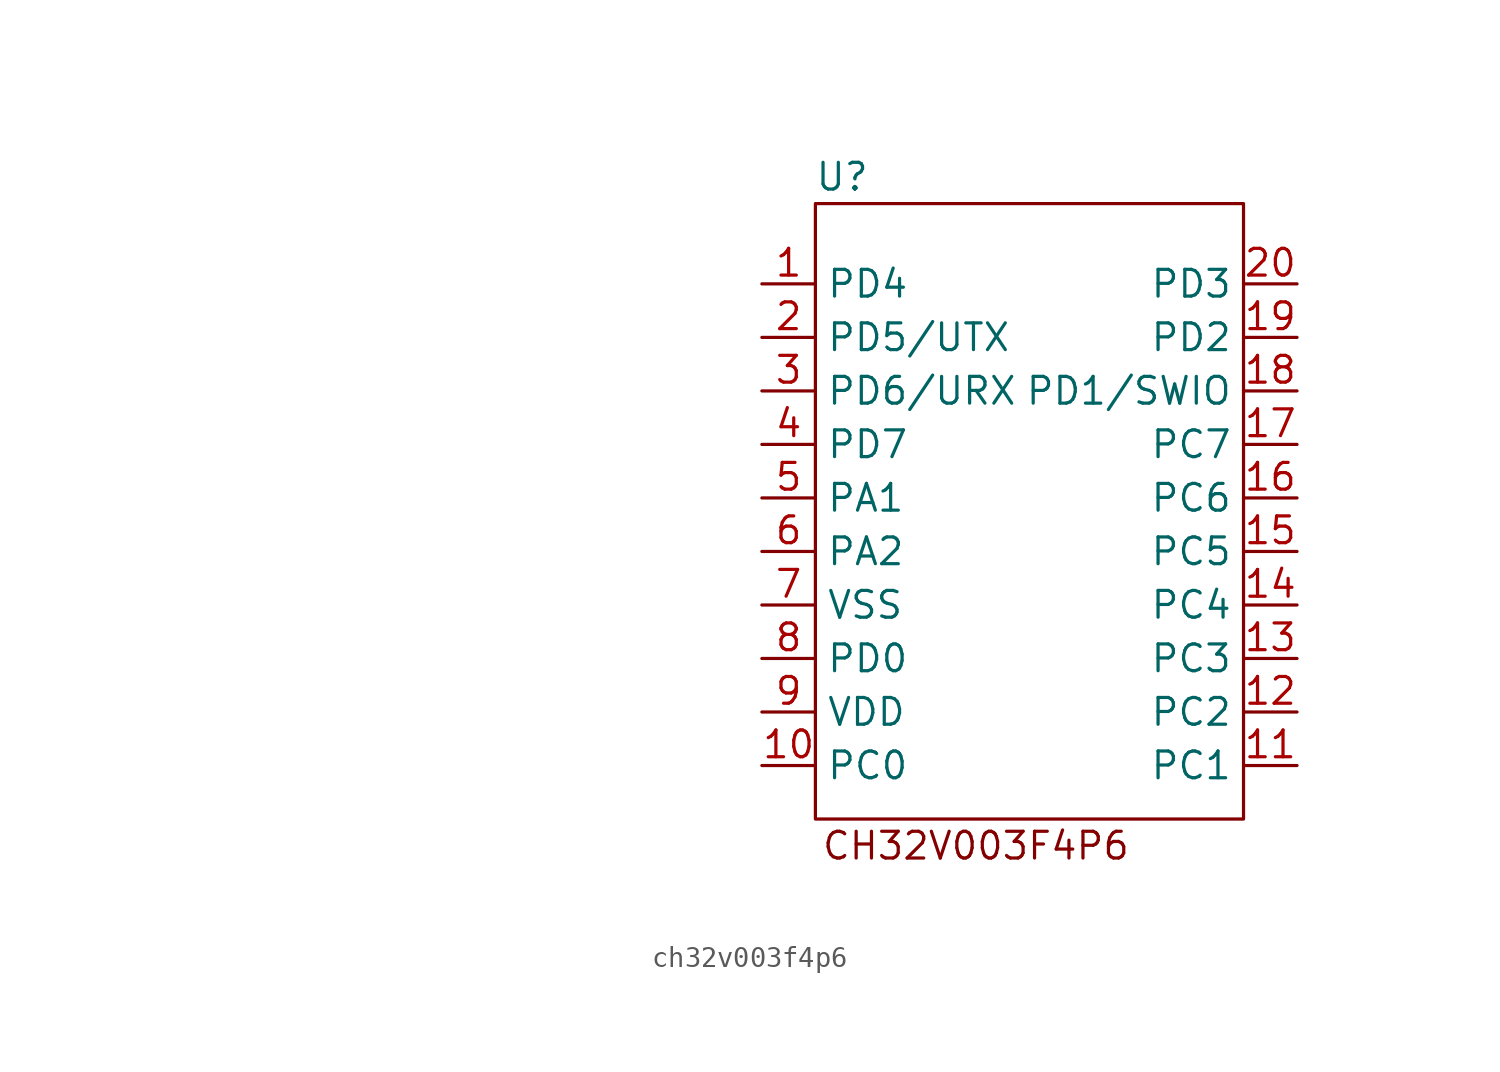
<source format=kicad_sym>
(kicad_symbol_lib
  (version 20220914)
  (generator kicad_symbol_editor)
  (symbol "ch32v003f4p6"
    (property "Reference" "U"
      (at -8.89 16.51 0)
      (effects (font (size 1.27 1.27))))
    (property "Value" ""
      (at -39.37 7.62 0)
      (effects (font (size 1.27 1.27))))
    (symbol "ch32v003f4p6_0_0"
      (pin passive line (at -12.7 11.43 0) (length 2.54) (name "PD4" (effects (font (size 1.27 1.27)))) (number "1" (effects (font (size 1.27 1.27)))))
      (pin passive line (at -12.7 -11.43 0) (length 2.54) (name "PC0" (effects (font (size 1.27 1.27)))) (number "10" (effects (font (size 1.27 1.27)))))
      (pin passive line (at 12.7 -11.43 180) (length 2.54) (name "PC1" (effects (font (size 1.27 1.27)))) (number "11" (effects (font (size 1.27 1.27)))))
      (pin passive line (at 12.7 -8.89 180) (length 2.54) (name "PC2" (effects (font (size 1.27 1.27)))) (number "12" (effects (font (size 1.27 1.27)))))
      (pin passive line (at 12.7 -6.35 180) (length 2.54) (name "PC3" (effects (font (size 1.27 1.27)))) (number "13" (effects (font (size 1.27 1.27)))))
      (pin passive line (at 12.7 -3.81 180) (length 2.54) (name "PC4" (effects (font (size 1.27 1.27)))) (number "14" (effects (font (size 1.27 1.27)))))
      (pin passive line (at 12.7 -1.27 180) (length 2.54) (name "PC5" (effects (font (size 1.27 1.27)))) (number "15" (effects (font (size 1.27 1.27)))))
      (pin passive line (at 12.7 1.27 180) (length 2.54) (name "PC6" (effects (font (size 1.27 1.27)))) (number "16" (effects (font (size 1.27 1.27)))))
      (pin passive line (at 12.7 3.81 180) (length 2.54) (name "PC7" (effects (font (size 1.27 1.27)))) (number "17" (effects (font (size 1.27 1.27)))))
      (pin passive line (at 12.7 6.35 180) (length 2.54) (name "PD1/SWIO" (effects (font (size 1.27 1.27)))) (number "18" (effects (font (size 1.27 1.27)))))
      (pin passive line (at 12.7 8.89 180) (length 2.54) (name "PD2" (effects (font (size 1.27 1.27)))) (number "19" (effects (font (size 1.27 1.27)))))
      (pin passive line (at -12.7 8.89 0) (length 2.54) (name "PD5/UTX" (effects (font (size 1.27 1.27)))) (number "2" (effects (font (size 1.27 1.27)))))
      (pin passive line (at 12.7 11.43 180) (length 2.54) (name "PD3" (effects (font (size 1.27 1.27)))) (number "20" (effects (font (size 1.27 1.27)))))
      (pin passive line (at -12.7 6.35 0) (length 2.54) (name "PD6/URX" (effects (font (size 1.27 1.27)))) (number "3" (effects (font (size 1.27 1.27)))))
      (pin passive line (at -12.7 3.81 0) (length 2.54) (name "PD7" (effects (font (size 1.27 1.27)))) (number "4" (effects (font (size 1.27 1.27)))))
      (pin passive line (at -12.7 1.27 0) (length 2.54) (name "PA1" (effects (font (size 1.27 1.27)))) (number "5" (effects (font (size 1.27 1.27)))))
      (pin passive line (at -12.7 -1.27 0) (length 2.54) (name "PA2" (effects (font (size 1.27 1.27)))) (number "6" (effects (font (size 1.27 1.27)))))
      (pin passive line (at -12.7 -3.81 0) (length 2.54) (name "VSS" (effects (font (size 1.27 1.27)))) (number "7" (effects (font (size 1.27 1.27)))))
      (pin passive line (at -12.7 -6.35 0) (length 2.54) (name "PD0" (effects (font (size 1.27 1.27)))) (number "8" (effects (font (size 1.27 1.27)))))
      (pin passive line (at -12.7 -8.89 0) (length 2.54) (name "VDD" (effects (font (size 1.27 1.27)))) (number "9" (effects (font (size 1.27 1.27))))))
    (symbol "ch32v003f4p6_0_1"
      (rectangle (start -10.16 15.24) (end 10.16 -13.97) (stroke (width 0) (type default)) (fill (type none))))
    (symbol "ch32v003f4p6_1_1"
      (text "CH32V003F4P6" (at -2.54 -15.24 0) (effects (font (size 1.27 1.27)))))))
</source>
